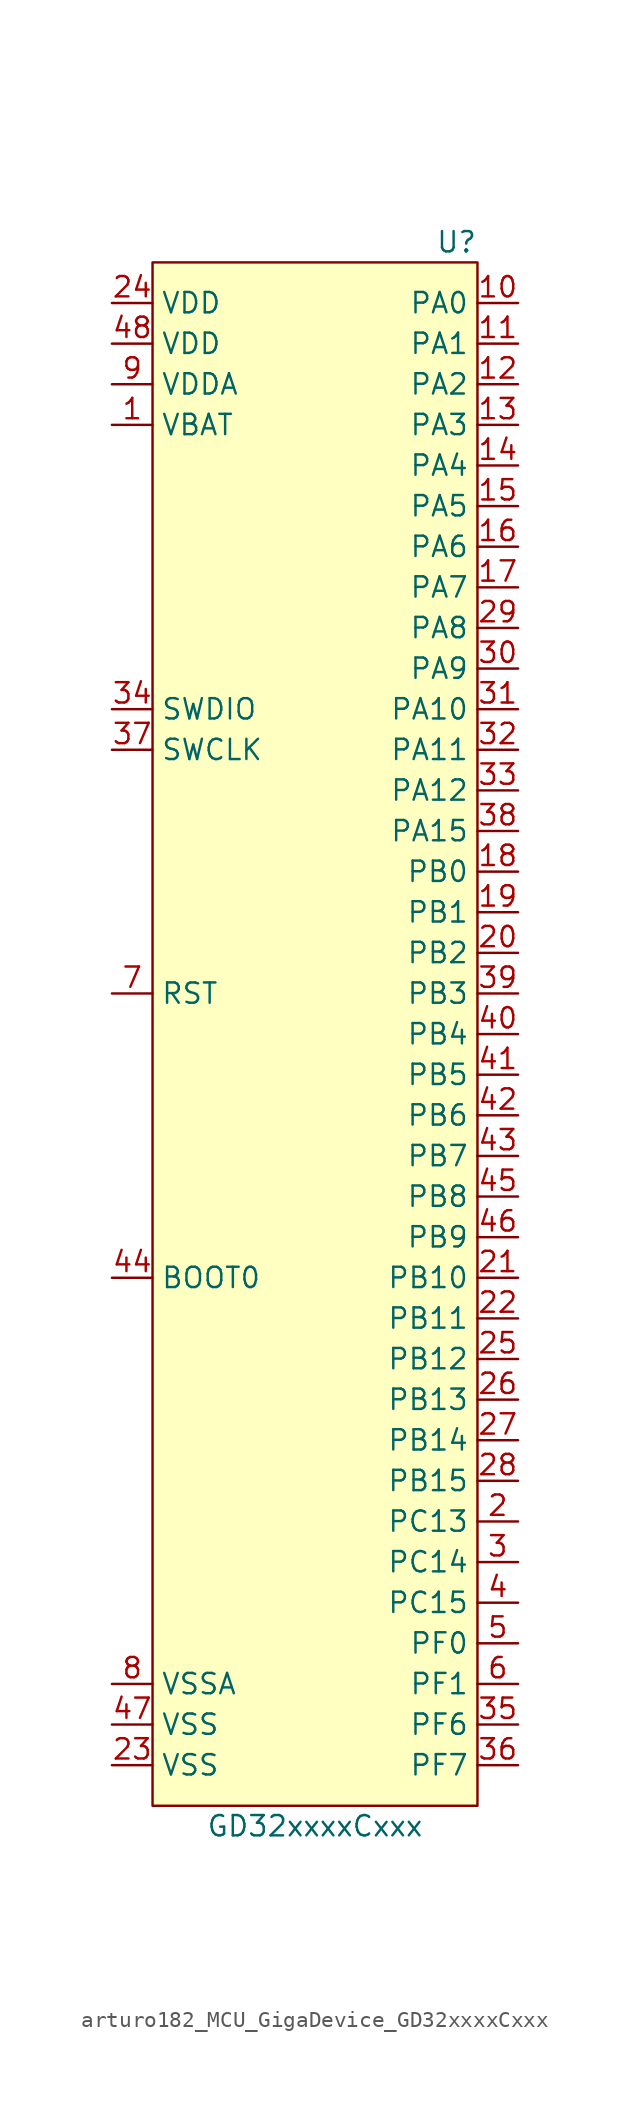
<source format=kicad_sym>
(kicad_symbol_lib
  (version 20220914)
  (generator kicad_symbol_editor)
  (symbol "arturo182_MCU_GigaDevice_GD32xxxxCxxx"
    (property "Reference" "U"
      (at 10.16 46.99 0)
      (effects (font (size 1.27 1.27)) (justify right)))
    (property "Value" "GD32xxxxCxxx"
      (at 0 -52.07 0)
      (effects (font (size 1.27 1.27))))
    (symbol "arturo182_MCU_GigaDevice_GD32xxxxCxxx_0_0"
      (pin power_in line (at -12.7 35.56 0) (length 2.54) (name "VBAT" (effects (font (size 1.27 1.27)))) (number "1" (effects (font (size 1.27 1.27)))))
      (pin bidirectional line (at 12.7 43.18 180) (length 2.54) (name "PA0" (effects (font (size 1.27 1.27)))) (number "10" (effects (font (size 1.27 1.27)))))
      (pin bidirectional line (at 12.7 40.64 180) (length 2.54) (name "PA1" (effects (font (size 1.27 1.27)))) (number "11" (effects (font (size 1.27 1.27)))))
      (pin bidirectional line (at 12.7 38.1 180) (length 2.54) (name "PA2" (effects (font (size 1.27 1.27)))) (number "12" (effects (font (size 1.27 1.27)))))
      (pin bidirectional line (at 12.7 35.56 180) (length 2.54) (name "PA3" (effects (font (size 1.27 1.27)))) (number "13" (effects (font (size 1.27 1.27)))))
      (pin bidirectional line (at 12.7 33.02 180) (length 2.54) (name "PA4" (effects (font (size 1.27 1.27)))) (number "14" (effects (font (size 1.27 1.27)))))
      (pin bidirectional line (at 12.7 30.48 180) (length 2.54) (name "PA5" (effects (font (size 1.27 1.27)))) (number "15" (effects (font (size 1.27 1.27)))))
      (pin bidirectional line (at 12.7 27.94 180) (length 2.54) (name "PA6" (effects (font (size 1.27 1.27)))) (number "16" (effects (font (size 1.27 1.27)))))
      (pin bidirectional line (at 12.7 25.4 180) (length 2.54) (name "PA7" (effects (font (size 1.27 1.27)))) (number "17" (effects (font (size 1.27 1.27)))))
      (pin bidirectional line (at 12.7 7.62 180) (length 2.54) (name "PB0" (effects (font (size 1.27 1.27)))) (number "18" (effects (font (size 1.27 1.27)))))
      (pin bidirectional line (at 12.7 5.08 180) (length 2.54) (name "PB1" (effects (font (size 1.27 1.27)))) (number "19" (effects (font (size 1.27 1.27)))))
      (pin bidirectional line (at 12.7 -33.02 180) (length 2.54) (name "PC13" (effects (font (size 1.27 1.27)))) (number "2" (effects (font (size 1.27 1.27)))))
      (pin bidirectional line (at 12.7 2.54 180) (length 2.54) (name "PB2" (effects (font (size 1.27 1.27)))) (number "20" (effects (font (size 1.27 1.27)))))
      (pin bidirectional line (at 12.7 -17.78 180) (length 2.54) (name "PB10" (effects (font (size 1.27 1.27)))) (number "21" (effects (font (size 1.27 1.27)))))
      (pin bidirectional line (at 12.7 -20.32 180) (length 2.54) (name "PB11" (effects (font (size 1.27 1.27)))) (number "22" (effects (font (size 1.27 1.27)))))
      (pin power_in line (at -12.7 -48.26 0) (length 2.54) (name "VSS" (effects (font (size 1.27 1.27)))) (number "23" (effects (font (size 1.27 1.27)))))
      (pin power_in line (at -12.7 43.18 0) (length 2.54) (name "VDD" (effects (font (size 1.27 1.27)))) (number "24" (effects (font (size 1.27 1.27)))))
      (pin bidirectional line (at 12.7 -22.86 180) (length 2.54) (name "PB12" (effects (font (size 1.27 1.27)))) (number "25" (effects (font (size 1.27 1.27)))))
      (pin bidirectional line (at 12.7 -25.4 180) (length 2.54) (name "PB13" (effects (font (size 1.27 1.27)))) (number "26" (effects (font (size 1.27 1.27)))))
      (pin bidirectional line (at 12.7 -27.94 180) (length 2.54) (name "PB14" (effects (font (size 1.27 1.27)))) (number "27" (effects (font (size 1.27 1.27)))))
      (pin bidirectional line (at 12.7 -30.48 180) (length 2.54) (name "PB15" (effects (font (size 1.27 1.27)))) (number "28" (effects (font (size 1.27 1.27)))))
      (pin bidirectional line (at 12.7 22.86 180) (length 2.54) (name "PA8" (effects (font (size 1.27 1.27)))) (number "29" (effects (font (size 1.27 1.27)))))
      (pin bidirectional line (at 12.7 -35.56 180) (length 2.54) (name "PC14" (effects (font (size 1.27 1.27)))) (number "3" (effects (font (size 1.27 1.27)))))
      (pin bidirectional line (at 12.7 20.32 180) (length 2.54) (name "PA9" (effects (font (size 1.27 1.27)))) (number "30" (effects (font (size 1.27 1.27)))))
      (pin bidirectional line (at 12.7 17.78 180) (length 2.54) (name "PA10" (effects (font (size 1.27 1.27)))) (number "31" (effects (font (size 1.27 1.27)))))
      (pin bidirectional line (at 12.7 15.24 180) (length 2.54) (name "PA11" (effects (font (size 1.27 1.27)))) (number "32" (effects (font (size 1.27 1.27)))))
      (pin bidirectional line (at 12.7 12.7 180) (length 2.54) (name "PA12" (effects (font (size 1.27 1.27)))) (number "33" (effects (font (size 1.27 1.27)))))
      (pin bidirectional line (at -12.7 17.78 0) (length 2.54) (name "SWDIO" (effects (font (size 1.27 1.27)))) (number "34" (effects (font (size 1.27 1.27)))))
      (pin bidirectional line (at 12.7 -45.72 180) (length 2.54) (name "PF6" (effects (font (size 1.27 1.27)))) (number "35" (effects (font (size 1.27 1.27)))))
      (pin bidirectional line (at 12.7 -48.26 180) (length 2.54) (name "PF7" (effects (font (size 1.27 1.27)))) (number "36" (effects (font (size 1.27 1.27)))))
      (pin bidirectional line (at -12.7 15.24 0) (length 2.54) (name "SWCLK" (effects (font (size 1.27 1.27)))) (number "37" (effects (font (size 1.27 1.27)))))
      (pin bidirectional line (at 12.7 10.16 180) (length 2.54) (name "PA15" (effects (font (size 1.27 1.27)))) (number "38" (effects (font (size 1.27 1.27)))))
      (pin bidirectional line (at 12.7 0 180) (length 2.54) (name "PB3" (effects (font (size 1.27 1.27)))) (number "39" (effects (font (size 1.27 1.27)))))
      (pin bidirectional line (at 12.7 -38.1 180) (length 2.54) (name "PC15" (effects (font (size 1.27 1.27)))) (number "4" (effects (font (size 1.27 1.27)))))
      (pin bidirectional line (at 12.7 -2.54 180) (length 2.54) (name "PB4" (effects (font (size 1.27 1.27)))) (number "40" (effects (font (size 1.27 1.27)))))
      (pin bidirectional line (at 12.7 -5.08 180) (length 2.54) (name "PB5" (effects (font (size 1.27 1.27)))) (number "41" (effects (font (size 1.27 1.27)))))
      (pin bidirectional line (at 12.7 -7.62 180) (length 2.54) (name "PB6" (effects (font (size 1.27 1.27)))) (number "42" (effects (font (size 1.27 1.27)))))
      (pin bidirectional line (at 12.7 -10.16 180) (length 2.54) (name "PB7" (effects (font (size 1.27 1.27)))) (number "43" (effects (font (size 1.27 1.27)))))
      (pin input line (at -12.7 -17.78 0) (length 2.54) (name "BOOT0" (effects (font (size 1.27 1.27)))) (number "44" (effects (font (size 1.27 1.27)))))
      (pin bidirectional line (at 12.7 -12.7 180) (length 2.54) (name "PB8" (effects (font (size 1.27 1.27)))) (number "45" (effects (font (size 1.27 1.27)))))
      (pin bidirectional line (at 12.7 -15.24 180) (length 2.54) (name "PB9" (effects (font (size 1.27 1.27)))) (number "46" (effects (font (size 1.27 1.27)))))
      (pin power_in line (at -12.7 -45.72 0) (length 2.54) (name "VSS" (effects (font (size 1.27 1.27)))) (number "47" (effects (font (size 1.27 1.27)))))
      (pin power_in line (at -12.7 40.64 0) (length 2.54) (name "VDD" (effects (font (size 1.27 1.27)))) (number "48" (effects (font (size 1.27 1.27)))))
      (pin bidirectional line (at 12.7 -40.64 180) (length 2.54) (name "PF0" (effects (font (size 1.27 1.27)))) (number "5" (effects (font (size 1.27 1.27)))))
      (pin bidirectional line (at 12.7 -43.18 180) (length 2.54) (name "PF1" (effects (font (size 1.27 1.27)))) (number "6" (effects (font (size 1.27 1.27)))))
      (pin input line (at -12.7 0 0) (length 2.54) (name "RST" (effects (font (size 1.27 1.27)))) (number "7" (effects (font (size 1.27 1.27)))))
      (pin power_in line (at -12.7 -43.18 0) (length 2.54) (name "VSSA" (effects (font (size 1.27 1.27)))) (number "8" (effects (font (size 1.27 1.27)))))
      (pin power_in line (at -12.7 38.1 0) (length 2.54) (name "VDDA" (effects (font (size 1.27 1.27)))) (number "9" (effects (font (size 1.27 1.27))))))
    (symbol "arturo182_MCU_GigaDevice_GD32xxxxCxxx_0_1"
      (rectangle (start -10.16 45.72) (end 10.16 -50.8) (stroke (width 0) (type default)) (fill (type background))))))
</source>
